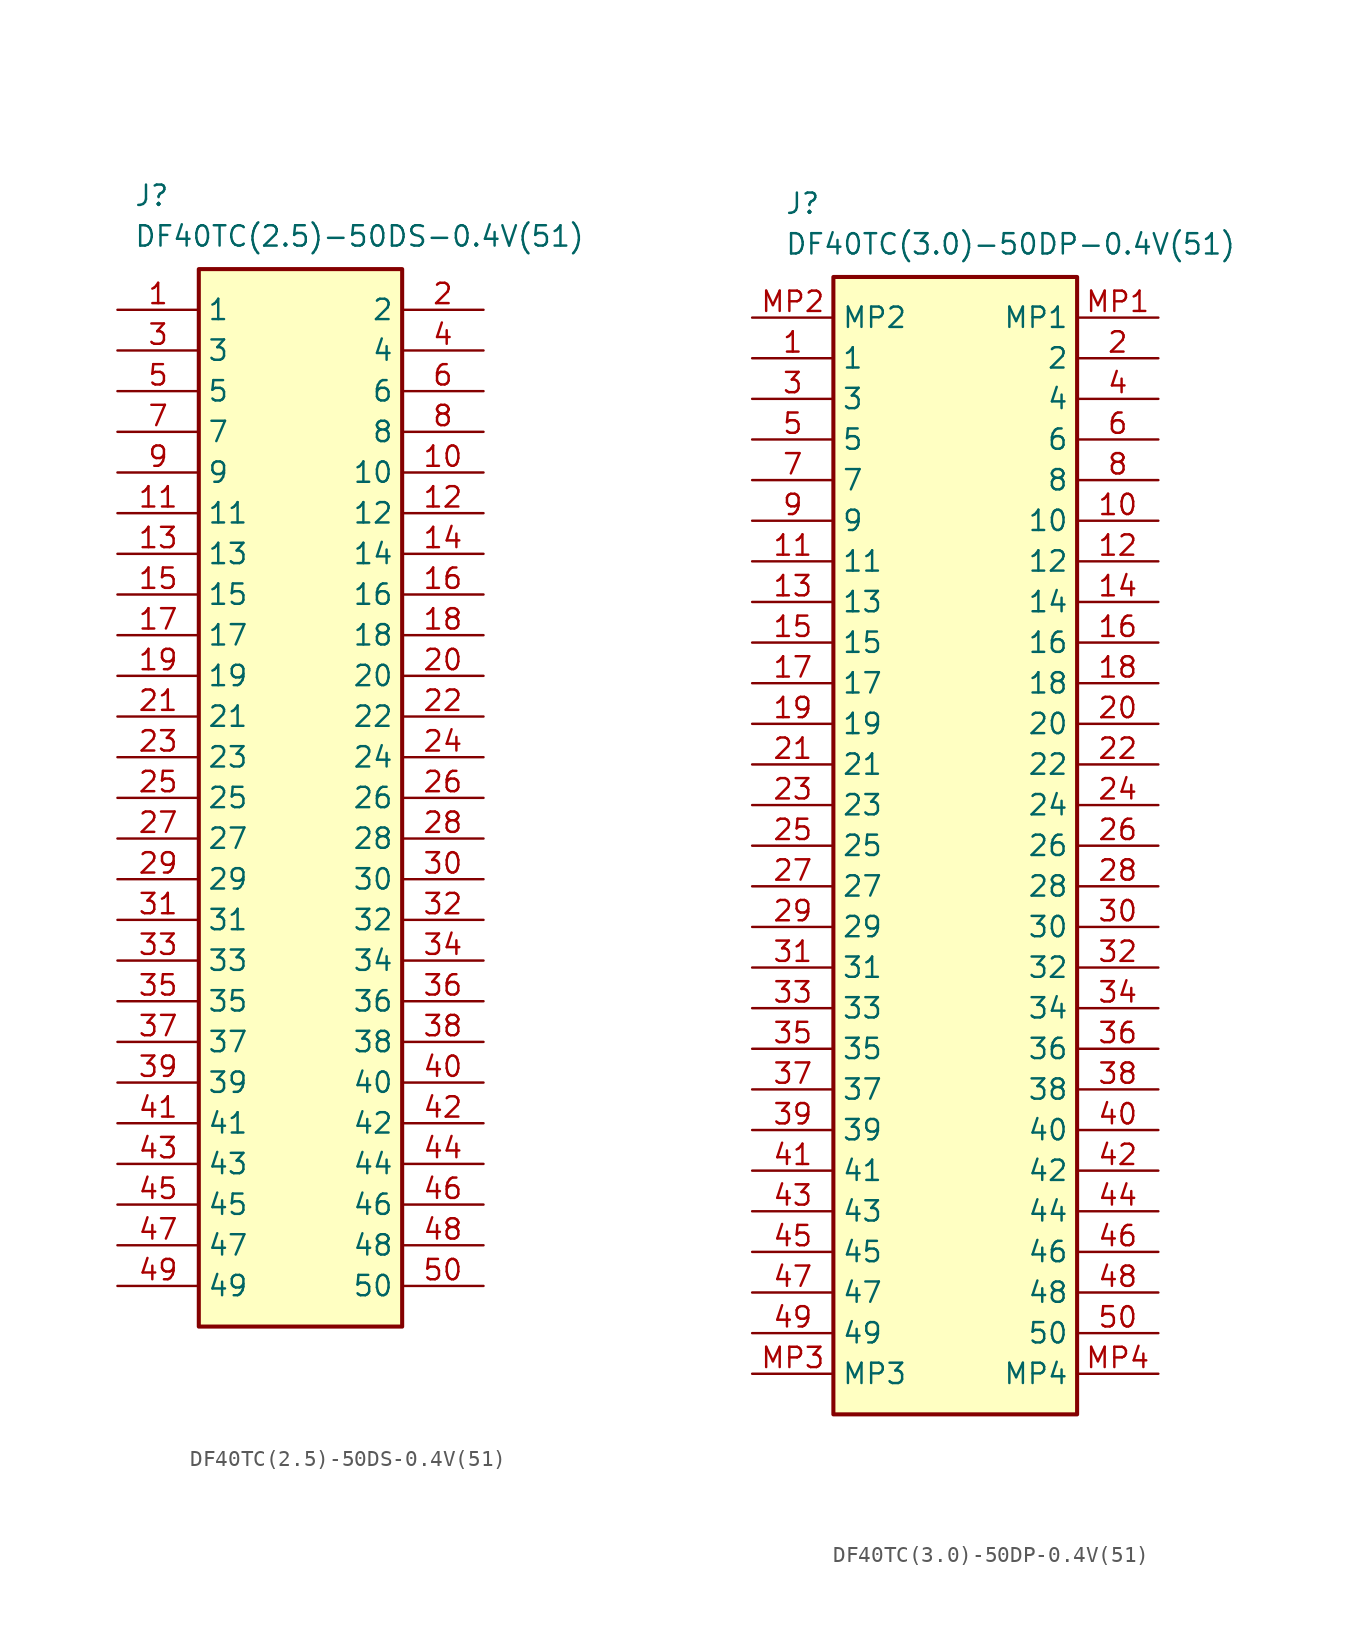
<source format=kicad_sym>
(kicad_symbol_lib
  (version 20231120)
  (generator "kicad_symbol_editor")
  (generator_version "8.0")
  (symbol "DF40TC(2.5)-50DS-0.4V(51)"
    (property "Reference" "J"
      (at 1.016 7.874 0)
      (effects (font (size 1.27 1.27)) (justify left top)))
    (property "Value" "DF40TC(2.5)-50DS-0.4V(51)"
      (at 1.016 5.334 0)
      (effects (font (size 1.27 1.27)) (justify left top)))
    (symbol "DF40TC(2.5)-50DS-0.4V(51)_1_1"
      (rectangle (start 5.08 2.54) (end 17.78 -63.5) (stroke (width 0.254) (type default)) (fill (type background)))
      (pin passive line (at 0 0 0) (length 5.08) (name "1" (effects (font (size 1.27 1.27)))) (number "1" (effects (font (size 1.27 1.27)))))
      (pin passive line (at 22.86 -10.16 180) (length 5.08) (name "10" (effects (font (size 1.27 1.27)))) (number "10" (effects (font (size 1.27 1.27)))))
      (pin passive line (at 0 -12.7 0) (length 5.08) (name "11" (effects (font (size 1.27 1.27)))) (number "11" (effects (font (size 1.27 1.27)))))
      (pin passive line (at 22.86 -12.7 180) (length 5.08) (name "12" (effects (font (size 1.27 1.27)))) (number "12" (effects (font (size 1.27 1.27)))))
      (pin passive line (at 0 -15.24 0) (length 5.08) (name "13" (effects (font (size 1.27 1.27)))) (number "13" (effects (font (size 1.27 1.27)))))
      (pin passive line (at 22.86 -15.24 180) (length 5.08) (name "14" (effects (font (size 1.27 1.27)))) (number "14" (effects (font (size 1.27 1.27)))))
      (pin passive line (at 0 -17.78 0) (length 5.08) (name "15" (effects (font (size 1.27 1.27)))) (number "15" (effects (font (size 1.27 1.27)))))
      (pin passive line (at 22.86 -17.78 180) (length 5.08) (name "16" (effects (font (size 1.27 1.27)))) (number "16" (effects (font (size 1.27 1.27)))))
      (pin passive line (at 0 -20.32 0) (length 5.08) (name "17" (effects (font (size 1.27 1.27)))) (number "17" (effects (font (size 1.27 1.27)))))
      (pin passive line (at 22.86 -20.32 180) (length 5.08) (name "18" (effects (font (size 1.27 1.27)))) (number "18" (effects (font (size 1.27 1.27)))))
      (pin passive line (at 0 -22.86 0) (length 5.08) (name "19" (effects (font (size 1.27 1.27)))) (number "19" (effects (font (size 1.27 1.27)))))
      (pin passive line (at 22.86 0 180) (length 5.08) (name "2" (effects (font (size 1.27 1.27)))) (number "2" (effects (font (size 1.27 1.27)))))
      (pin passive line (at 22.86 -22.86 180) (length 5.08) (name "20" (effects (font (size 1.27 1.27)))) (number "20" (effects (font (size 1.27 1.27)))))
      (pin passive line (at 0 -25.4 0) (length 5.08) (name "21" (effects (font (size 1.27 1.27)))) (number "21" (effects (font (size 1.27 1.27)))))
      (pin passive line (at 22.86 -25.4 180) (length 5.08) (name "22" (effects (font (size 1.27 1.27)))) (number "22" (effects (font (size 1.27 1.27)))))
      (pin passive line (at 0 -27.94 0) (length 5.08) (name "23" (effects (font (size 1.27 1.27)))) (number "23" (effects (font (size 1.27 1.27)))))
      (pin passive line (at 22.86 -27.94 180) (length 5.08) (name "24" (effects (font (size 1.27 1.27)))) (number "24" (effects (font (size 1.27 1.27)))))
      (pin passive line (at 0 -30.48 0) (length 5.08) (name "25" (effects (font (size 1.27 1.27)))) (number "25" (effects (font (size 1.27 1.27)))))
      (pin passive line (at 22.86 -30.48 180) (length 5.08) (name "26" (effects (font (size 1.27 1.27)))) (number "26" (effects (font (size 1.27 1.27)))))
      (pin passive line (at 0 -33.02 0) (length 5.08) (name "27" (effects (font (size 1.27 1.27)))) (number "27" (effects (font (size 1.27 1.27)))))
      (pin passive line (at 22.86 -33.02 180) (length 5.08) (name "28" (effects (font (size 1.27 1.27)))) (number "28" (effects (font (size 1.27 1.27)))))
      (pin passive line (at 0 -35.56 0) (length 5.08) (name "29" (effects (font (size 1.27 1.27)))) (number "29" (effects (font (size 1.27 1.27)))))
      (pin passive line (at 0 -2.54 0) (length 5.08) (name "3" (effects (font (size 1.27 1.27)))) (number "3" (effects (font (size 1.27 1.27)))))
      (pin passive line (at 22.86 -35.56 180) (length 5.08) (name "30" (effects (font (size 1.27 1.27)))) (number "30" (effects (font (size 1.27 1.27)))))
      (pin passive line (at 0 -38.1 0) (length 5.08) (name "31" (effects (font (size 1.27 1.27)))) (number "31" (effects (font (size 1.27 1.27)))))
      (pin passive line (at 22.86 -38.1 180) (length 5.08) (name "32" (effects (font (size 1.27 1.27)))) (number "32" (effects (font (size 1.27 1.27)))))
      (pin passive line (at 0 -40.64 0) (length 5.08) (name "33" (effects (font (size 1.27 1.27)))) (number "33" (effects (font (size 1.27 1.27)))))
      (pin passive line (at 22.86 -40.64 180) (length 5.08) (name "34" (effects (font (size 1.27 1.27)))) (number "34" (effects (font (size 1.27 1.27)))))
      (pin passive line (at 0 -43.18 0) (length 5.08) (name "35" (effects (font (size 1.27 1.27)))) (number "35" (effects (font (size 1.27 1.27)))))
      (pin passive line (at 22.86 -43.18 180) (length 5.08) (name "36" (effects (font (size 1.27 1.27)))) (number "36" (effects (font (size 1.27 1.27)))))
      (pin passive line (at 0 -45.72 0) (length 5.08) (name "37" (effects (font (size 1.27 1.27)))) (number "37" (effects (font (size 1.27 1.27)))))
      (pin passive line (at 22.86 -45.72 180) (length 5.08) (name "38" (effects (font (size 1.27 1.27)))) (number "38" (effects (font (size 1.27 1.27)))))
      (pin passive line (at 0 -48.26 0) (length 5.08) (name "39" (effects (font (size 1.27 1.27)))) (number "39" (effects (font (size 1.27 1.27)))))
      (pin passive line (at 22.86 -2.54 180) (length 5.08) (name "4" (effects (font (size 1.27 1.27)))) (number "4" (effects (font (size 1.27 1.27)))))
      (pin passive line (at 22.86 -48.26 180) (length 5.08) (name "40" (effects (font (size 1.27 1.27)))) (number "40" (effects (font (size 1.27 1.27)))))
      (pin passive line (at 0 -50.8 0) (length 5.08) (name "41" (effects (font (size 1.27 1.27)))) (number "41" (effects (font (size 1.27 1.27)))))
      (pin passive line (at 22.86 -50.8 180) (length 5.08) (name "42" (effects (font (size 1.27 1.27)))) (number "42" (effects (font (size 1.27 1.27)))))
      (pin passive line (at 0 -53.34 0) (length 5.08) (name "43" (effects (font (size 1.27 1.27)))) (number "43" (effects (font (size 1.27 1.27)))))
      (pin passive line (at 22.86 -53.34 180) (length 5.08) (name "44" (effects (font (size 1.27 1.27)))) (number "44" (effects (font (size 1.27 1.27)))))
      (pin passive line (at 0 -55.88 0) (length 5.08) (name "45" (effects (font (size 1.27 1.27)))) (number "45" (effects (font (size 1.27 1.27)))))
      (pin passive line (at 22.86 -55.88 180) (length 5.08) (name "46" (effects (font (size 1.27 1.27)))) (number "46" (effects (font (size 1.27 1.27)))))
      (pin passive line (at 0 -58.42 0) (length 5.08) (name "47" (effects (font (size 1.27 1.27)))) (number "47" (effects (font (size 1.27 1.27)))))
      (pin passive line (at 22.86 -58.42 180) (length 5.08) (name "48" (effects (font (size 1.27 1.27)))) (number "48" (effects (font (size 1.27 1.27)))))
      (pin passive line (at 0 -60.96 0) (length 5.08) (name "49" (effects (font (size 1.27 1.27)))) (number "49" (effects (font (size 1.27 1.27)))))
      (pin passive line (at 0 -5.08 0) (length 5.08) (name "5" (effects (font (size 1.27 1.27)))) (number "5" (effects (font (size 1.27 1.27)))))
      (pin passive line (at 22.86 -60.96 180) (length 5.08) (name "50" (effects (font (size 1.27 1.27)))) (number "50" (effects (font (size 1.27 1.27)))))
      (pin passive line (at 22.86 -5.08 180) (length 5.08) (name "6" (effects (font (size 1.27 1.27)))) (number "6" (effects (font (size 1.27 1.27)))))
      (pin passive line (at 0 -7.62 0) (length 5.08) (name "7" (effects (font (size 1.27 1.27)))) (number "7" (effects (font (size 1.27 1.27)))))
      (pin passive line (at 22.86 -7.62 180) (length 5.08) (name "8" (effects (font (size 1.27 1.27)))) (number "8" (effects (font (size 1.27 1.27)))))
      (pin passive line (at 0 -10.16 0) (length 5.08) (name "9" (effects (font (size 1.27 1.27)))) (number "9" (effects (font (size 1.27 1.27)))))))
  (symbol "DF40TC(3.0)-50DP-0.4V(51)"
    (property "Reference" "J"
      (at 2.032 7.874 0)
      (effects (font (size 1.27 1.27)) (justify left top)))
    (property "Value" "DF40TC(3.0)-50DP-0.4V(51)"
      (at 2.032 5.334 0)
      (effects (font (size 1.27 1.27)) (justify left top)))
    (symbol "DF40TC(3.0)-50DP-0.4V(51)_1_1"
      (rectangle (start 5.08 2.54) (end 20.32 -68.58) (stroke (width 0.254) (type default)) (fill (type background)))
      (pin passive line (at 0 -2.54 0) (length 5.08) (name "1" (effects (font (size 1.27 1.27)))) (number "1" (effects (font (size 1.27 1.27)))))
      (pin passive line (at 25.4 -12.7 180) (length 5.08) (name "10" (effects (font (size 1.27 1.27)))) (number "10" (effects (font (size 1.27 1.27)))))
      (pin passive line (at 0 -15.24 0) (length 5.08) (name "11" (effects (font (size 1.27 1.27)))) (number "11" (effects (font (size 1.27 1.27)))))
      (pin passive line (at 25.4 -15.24 180) (length 5.08) (name "12" (effects (font (size 1.27 1.27)))) (number "12" (effects (font (size 1.27 1.27)))))
      (pin passive line (at 0 -17.78 0) (length 5.08) (name "13" (effects (font (size 1.27 1.27)))) (number "13" (effects (font (size 1.27 1.27)))))
      (pin passive line (at 25.4 -17.78 180) (length 5.08) (name "14" (effects (font (size 1.27 1.27)))) (number "14" (effects (font (size 1.27 1.27)))))
      (pin passive line (at 0 -20.32 0) (length 5.08) (name "15" (effects (font (size 1.27 1.27)))) (number "15" (effects (font (size 1.27 1.27)))))
      (pin passive line (at 25.4 -20.32 180) (length 5.08) (name "16" (effects (font (size 1.27 1.27)))) (number "16" (effects (font (size 1.27 1.27)))))
      (pin passive line (at 0 -22.86 0) (length 5.08) (name "17" (effects (font (size 1.27 1.27)))) (number "17" (effects (font (size 1.27 1.27)))))
      (pin passive line (at 25.4 -22.86 180) (length 5.08) (name "18" (effects (font (size 1.27 1.27)))) (number "18" (effects (font (size 1.27 1.27)))))
      (pin passive line (at 0 -25.4 0) (length 5.08) (name "19" (effects (font (size 1.27 1.27)))) (number "19" (effects (font (size 1.27 1.27)))))
      (pin passive line (at 25.4 -2.54 180) (length 5.08) (name "2" (effects (font (size 1.27 1.27)))) (number "2" (effects (font (size 1.27 1.27)))))
      (pin passive line (at 25.4 -25.4 180) (length 5.08) (name "20" (effects (font (size 1.27 1.27)))) (number "20" (effects (font (size 1.27 1.27)))))
      (pin passive line (at 0 -27.94 0) (length 5.08) (name "21" (effects (font (size 1.27 1.27)))) (number "21" (effects (font (size 1.27 1.27)))))
      (pin passive line (at 25.4 -27.94 180) (length 5.08) (name "22" (effects (font (size 1.27 1.27)))) (number "22" (effects (font (size 1.27 1.27)))))
      (pin passive line (at 0 -30.48 0) (length 5.08) (name "23" (effects (font (size 1.27 1.27)))) (number "23" (effects (font (size 1.27 1.27)))))
      (pin passive line (at 25.4 -30.48 180) (length 5.08) (name "24" (effects (font (size 1.27 1.27)))) (number "24" (effects (font (size 1.27 1.27)))))
      (pin passive line (at 0 -33.02 0) (length 5.08) (name "25" (effects (font (size 1.27 1.27)))) (number "25" (effects (font (size 1.27 1.27)))))
      (pin passive line (at 25.4 -33.02 180) (length 5.08) (name "26" (effects (font (size 1.27 1.27)))) (number "26" (effects (font (size 1.27 1.27)))))
      (pin passive line (at 0 -35.56 0) (length 5.08) (name "27" (effects (font (size 1.27 1.27)))) (number "27" (effects (font (size 1.27 1.27)))))
      (pin passive line (at 25.4 -35.56 180) (length 5.08) (name "28" (effects (font (size 1.27 1.27)))) (number "28" (effects (font (size 1.27 1.27)))))
      (pin passive line (at 0 -38.1 0) (length 5.08) (name "29" (effects (font (size 1.27 1.27)))) (number "29" (effects (font (size 1.27 1.27)))))
      (pin passive line (at 0 -5.08 0) (length 5.08) (name "3" (effects (font (size 1.27 1.27)))) (number "3" (effects (font (size 1.27 1.27)))))
      (pin passive line (at 25.4 -38.1 180) (length 5.08) (name "30" (effects (font (size 1.27 1.27)))) (number "30" (effects (font (size 1.27 1.27)))))
      (pin passive line (at 0 -40.64 0) (length 5.08) (name "31" (effects (font (size 1.27 1.27)))) (number "31" (effects (font (size 1.27 1.27)))))
      (pin passive line (at 25.4 -40.64 180) (length 5.08) (name "32" (effects (font (size 1.27 1.27)))) (number "32" (effects (font (size 1.27 1.27)))))
      (pin passive line (at 0 -43.18 0) (length 5.08) (name "33" (effects (font (size 1.27 1.27)))) (number "33" (effects (font (size 1.27 1.27)))))
      (pin passive line (at 25.4 -43.18 180) (length 5.08) (name "34" (effects (font (size 1.27 1.27)))) (number "34" (effects (font (size 1.27 1.27)))))
      (pin passive line (at 0 -45.72 0) (length 5.08) (name "35" (effects (font (size 1.27 1.27)))) (number "35" (effects (font (size 1.27 1.27)))))
      (pin passive line (at 25.4 -45.72 180) (length 5.08) (name "36" (effects (font (size 1.27 1.27)))) (number "36" (effects (font (size 1.27 1.27)))))
      (pin passive line (at 0 -48.26 0) (length 5.08) (name "37" (effects (font (size 1.27 1.27)))) (number "37" (effects (font (size 1.27 1.27)))))
      (pin passive line (at 25.4 -48.26 180) (length 5.08) (name "38" (effects (font (size 1.27 1.27)))) (number "38" (effects (font (size 1.27 1.27)))))
      (pin passive line (at 0 -50.8 0) (length 5.08) (name "39" (effects (font (size 1.27 1.27)))) (number "39" (effects (font (size 1.27 1.27)))))
      (pin passive line (at 25.4 -5.08 180) (length 5.08) (name "4" (effects (font (size 1.27 1.27)))) (number "4" (effects (font (size 1.27 1.27)))))
      (pin passive line (at 25.4 -50.8 180) (length 5.08) (name "40" (effects (font (size 1.27 1.27)))) (number "40" (effects (font (size 1.27 1.27)))))
      (pin passive line (at 0 -53.34 0) (length 5.08) (name "41" (effects (font (size 1.27 1.27)))) (number "41" (effects (font (size 1.27 1.27)))))
      (pin passive line (at 25.4 -53.34 180) (length 5.08) (name "42" (effects (font (size 1.27 1.27)))) (number "42" (effects (font (size 1.27 1.27)))))
      (pin passive line (at 0 -55.88 0) (length 5.08) (name "43" (effects (font (size 1.27 1.27)))) (number "43" (effects (font (size 1.27 1.27)))))
      (pin passive line (at 25.4 -55.88 180) (length 5.08) (name "44" (effects (font (size 1.27 1.27)))) (number "44" (effects (font (size 1.27 1.27)))))
      (pin passive line (at 0 -58.42 0) (length 5.08) (name "45" (effects (font (size 1.27 1.27)))) (number "45" (effects (font (size 1.27 1.27)))))
      (pin passive line (at 25.4 -58.42 180) (length 5.08) (name "46" (effects (font (size 1.27 1.27)))) (number "46" (effects (font (size 1.27 1.27)))))
      (pin passive line (at 0 -60.96 0) (length 5.08) (name "47" (effects (font (size 1.27 1.27)))) (number "47" (effects (font (size 1.27 1.27)))))
      (pin passive line (at 25.4 -60.96 180) (length 5.08) (name "48" (effects (font (size 1.27 1.27)))) (number "48" (effects (font (size 1.27 1.27)))))
      (pin passive line (at 0 -63.5 0) (length 5.08) (name "49" (effects (font (size 1.27 1.27)))) (number "49" (effects (font (size 1.27 1.27)))))
      (pin passive line (at 0 -7.62 0) (length 5.08) (name "5" (effects (font (size 1.27 1.27)))) (number "5" (effects (font (size 1.27 1.27)))))
      (pin passive line (at 25.4 -63.5 180) (length 5.08) (name "50" (effects (font (size 1.27 1.27)))) (number "50" (effects (font (size 1.27 1.27)))))
      (pin passive line (at 25.4 -7.62 180) (length 5.08) (name "6" (effects (font (size 1.27 1.27)))) (number "6" (effects (font (size 1.27 1.27)))))
      (pin passive line (at 0 -10.16 0) (length 5.08) (name "7" (effects (font (size 1.27 1.27)))) (number "7" (effects (font (size 1.27 1.27)))))
      (pin passive line (at 25.4 -10.16 180) (length 5.08) (name "8" (effects (font (size 1.27 1.27)))) (number "8" (effects (font (size 1.27 1.27)))))
      (pin passive line (at 0 -12.7 0) (length 5.08) (name "9" (effects (font (size 1.27 1.27)))) (number "9" (effects (font (size 1.27 1.27)))))
      (pin passive line (at 25.4 0 180) (length 5.08) (name "MP1" (effects (font (size 1.27 1.27)))) (number "MP1" (effects (font (size 1.27 1.27)))))
      (pin passive line (at 0 0 0) (length 5.08) (name "MP2" (effects (font (size 1.27 1.27)))) (number "MP2" (effects (font (size 1.27 1.27)))))
      (pin passive line (at 0 -66.04 0) (length 5.08) (name "MP3" (effects (font (size 1.27 1.27)))) (number "MP3" (effects (font (size 1.27 1.27)))))
      (pin passive line (at 25.4 -66.04 180) (length 5.08) (name "MP4" (effects (font (size 1.27 1.27)))) (number "MP4" (effects (font (size 1.27 1.27))))))))
</source>
